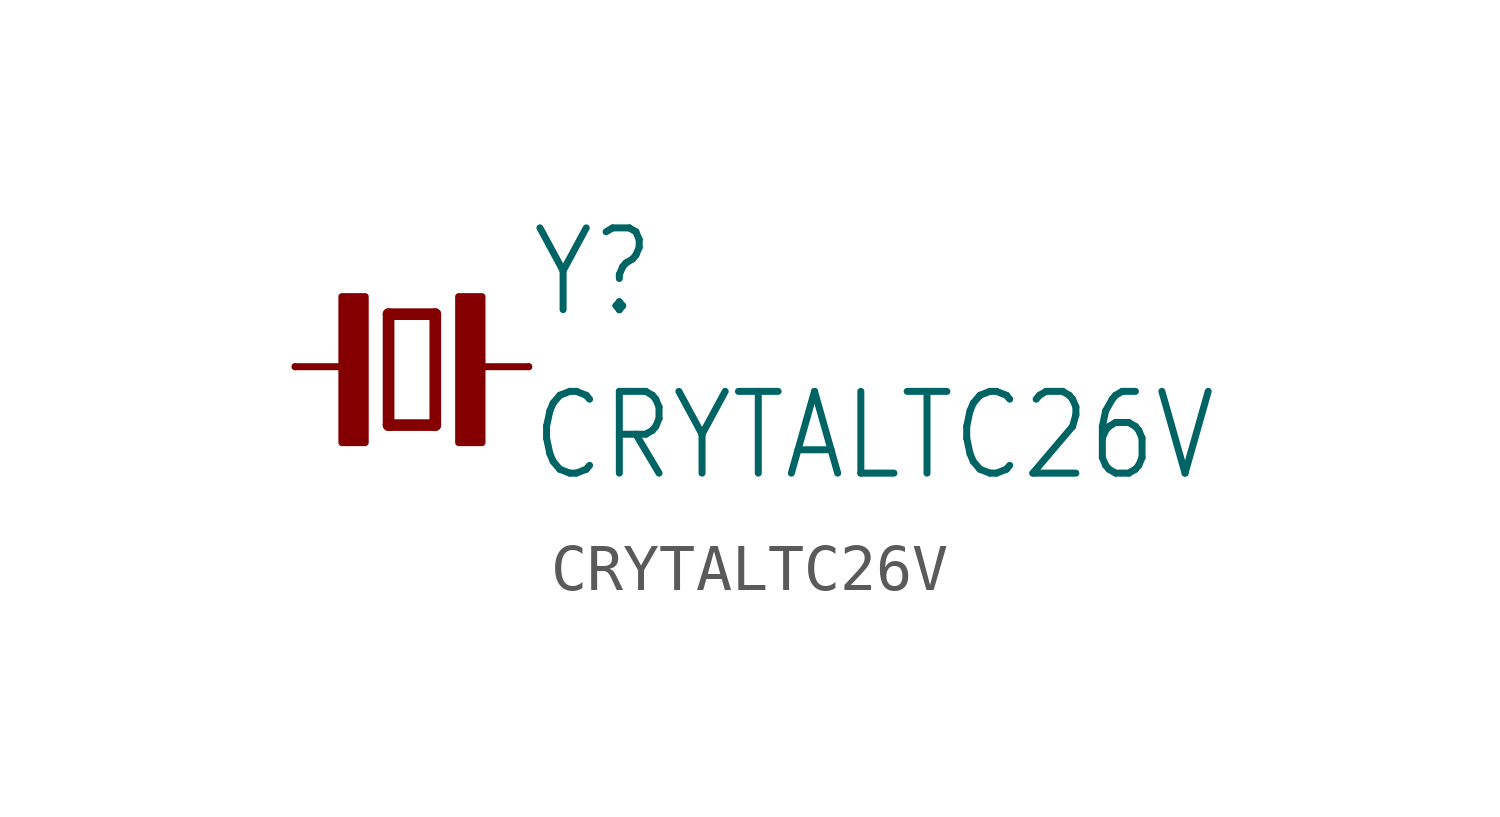
<source format=kicad_sym>
(kicad_symbol_lib
  (version 20211014)
  (generator kicad_symbol_editor)
  (symbol "CRYTALTC26V"
    (property "Reference" "Y"
      (at 2.54 1.016 0)
      (effects (font (size 1.778 1.511)) (justify left bottom)))
    (property "Value" "CRYTALTC26V"
      (at 2.54 -2.54 0)
      (effects (font (size 1.778 1.511)) (justify left bottom)))
    (property "ki_locked" ""
      (at 0 0 0)
      (effects (font (size 1.27 1.27))))
    (symbol "CRYTALTC26V_1_0"
      (rectangle (start -1.524 -1.651) (end -1.016 1.524) (stroke (width 0) (type default) (color 0 0 0 0)) (fill (type outline)))
      (polyline (pts (xy -2.54 0) (xy -1.143 0)) (stroke (width 0.152) (type default) (color 0 0 0 0)) (fill (type none)))
      (polyline (pts (xy -0.508 -1.27) (xy 0.508 -1.27)) (stroke (width 0.254) (type default) (color 0 0 0 0)) (fill (type none)))
      (polyline (pts (xy -0.508 1.143) (xy -0.508 -1.27)) (stroke (width 0.254) (type default) (color 0 0 0 0)) (fill (type none)))
      (polyline (pts (xy 0.508 -1.27) (xy 0.508 1.143)) (stroke (width 0.254) (type default) (color 0 0 0 0)) (fill (type none)))
      (polyline (pts (xy 0.508 1.143) (xy -0.508 1.143)) (stroke (width 0.254) (type default) (color 0 0 0 0)) (fill (type none)))
      (polyline (pts (xy 1.143 0) (xy 2.54 0)) (stroke (width 0.152) (type default) (color 0 0 0 0)) (fill (type none)))
      (rectangle (start 1.016 -1.651) (end 1.524 1.524) (stroke (width 0) (type default) (color 0 0 0 0)) (fill (type outline)))
      (pin passive line (at -2.54 0 0) (length 0) (name "1" (effects (font (size 0 0)))) (number "1" (effects (font (size 0 0)))))
      (pin passive line (at 2.54 0 180) (length 0) (name "2" (effects (font (size 0 0)))) (number "2" (effects (font (size 0 0))))))))
</source>
